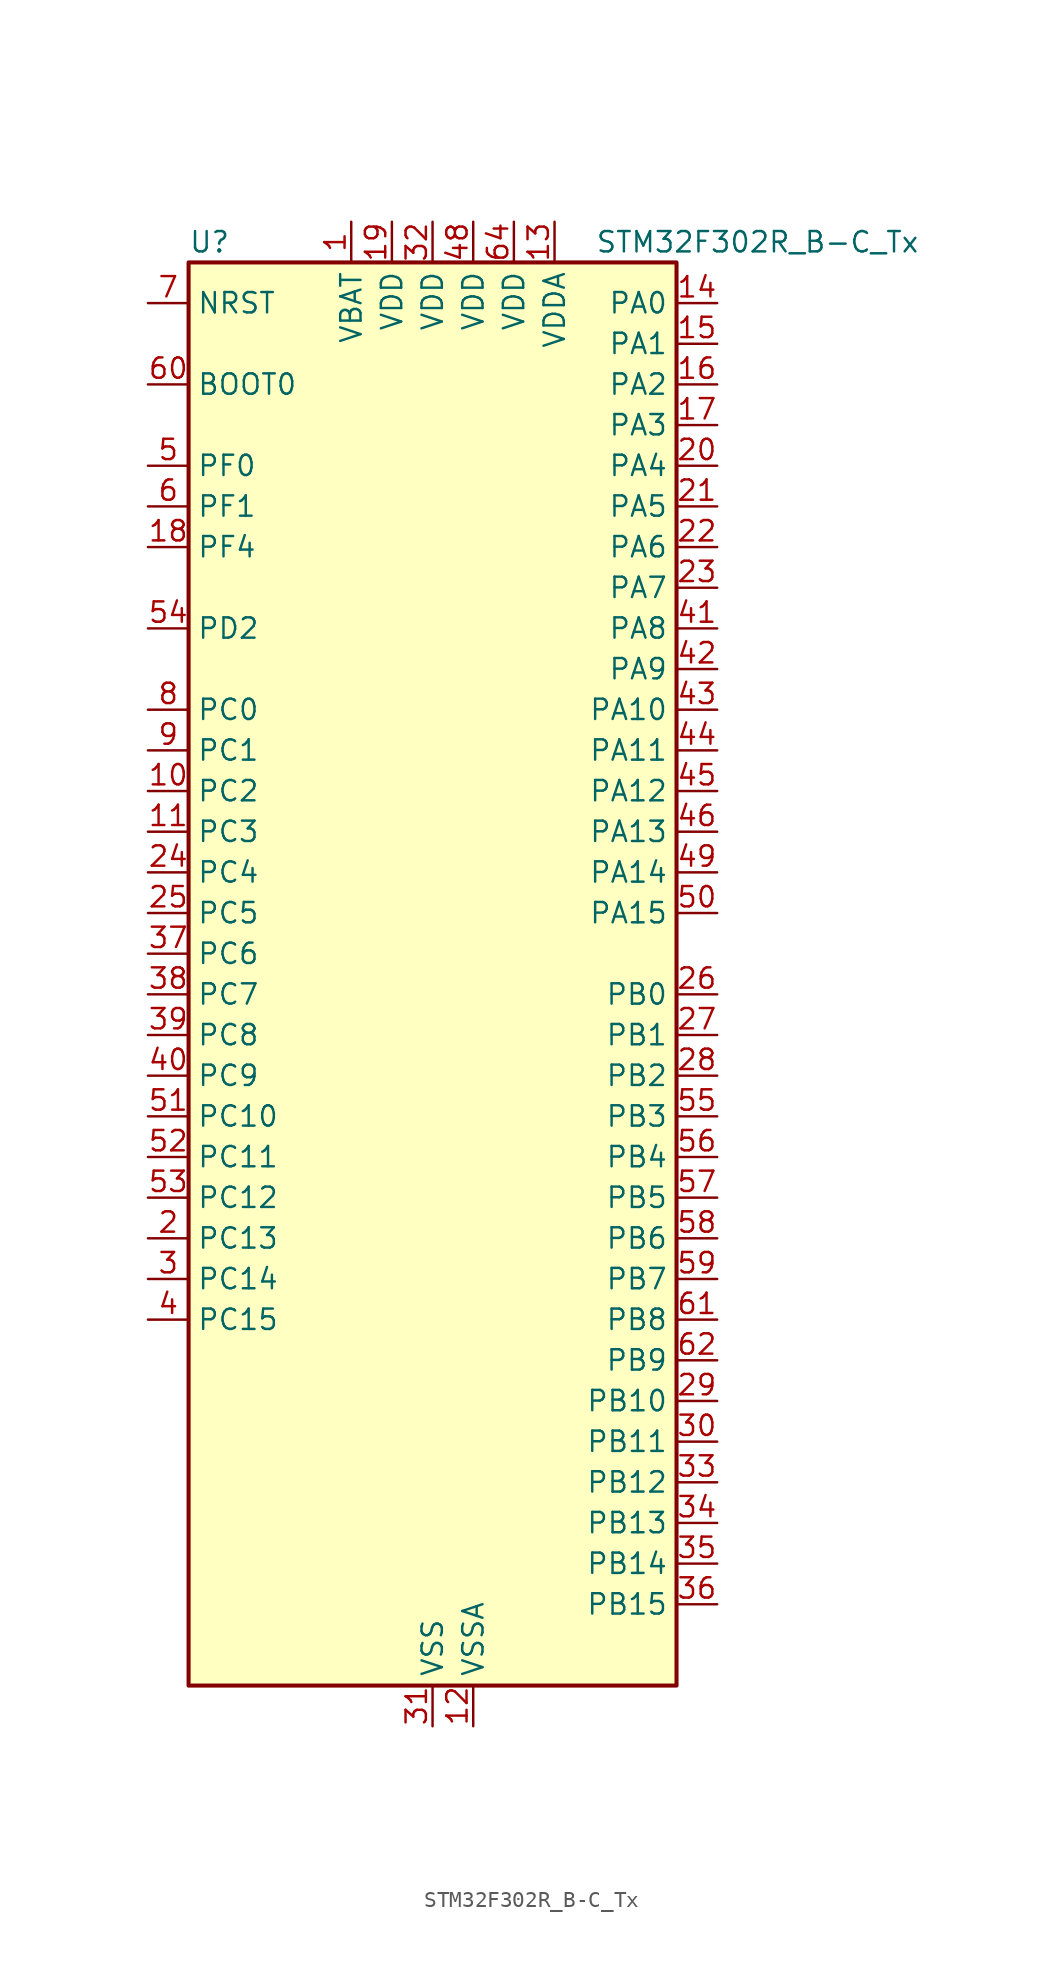
<source format=kicad_sym>
(kicad_symbol_lib
  (version 20220914)
  (generator kicad_symbol_editor)
  (symbol "STM32F302R_B-C_Tx"
    (property "Reference" "U"
      (at -15.24 46.99 0)
      (effects (font (size 1.27 1.27)) (justify left)))
    (property "Value" "STM32F302R_B-C_Tx"
      (at 10.16 46.99 0)
      (effects (font (size 1.27 1.27)) (justify left)))
    (property "ki_locked" ""
      (at 0 0 0)
      (effects (font (size 1.27 1.27))))
    (symbol "STM32F302R_B-C_Tx_0_1"
      (rectangle (start -15.24 -43.18) (end 15.24 45.72) (stroke (width 0.254) (type default)) (fill (type background))))
    (symbol "STM32F302R_B-C_Tx_1_1"
      (pin power_in line (at -5.08 48.26 270) (length 2.54) (name "VBAT" (effects (font (size 1.27 1.27)))) (number "1" (effects (font (size 1.27 1.27)))))
      (pin bidirectional line (at -17.78 12.7 0) (length 2.54) (name "PC2" (effects (font (size 1.27 1.27)))) (number "10" (effects (font (size 1.27 1.27)))) (alternate "ADC1_IN8" bidirectional line) (alternate "ADC2_IN8" bidirectional line))
      (pin bidirectional line (at -17.78 10.16 0) (length 2.54) (name "PC3" (effects (font (size 1.27 1.27)))) (number "11" (effects (font (size 1.27 1.27)))) (alternate "ADC1_IN9" bidirectional line) (alternate "ADC2_IN9" bidirectional line) (alternate "TIM1_BKIN2" bidirectional line))
      (pin power_in line (at 2.54 -45.72 90) (length 2.54) (name "VSSA" (effects (font (size 1.27 1.27)))) (number "12" (effects (font (size 1.27 1.27)))))
      (pin power_in line (at 7.62 48.26 270) (length 2.54) (name "VDDA" (effects (font (size 1.27 1.27)))) (number "13" (effects (font (size 1.27 1.27)))))
      (pin bidirectional line (at 17.78 43.18 180) (length 2.54) (name "PA0" (effects (font (size 1.27 1.27)))) (number "14" (effects (font (size 1.27 1.27)))) (alternate "ADC1_IN1" bidirectional line) (alternate "COMP1_INM" bidirectional line) (alternate "COMP1_OUT" bidirectional line) (alternate "RTC_TAMP2" bidirectional line) (alternate "SYS_WKUP1" bidirectional line) (alternate "TIM2_CH1" bidirectional line) (alternate "TIM2_ETR" bidirectional line) (alternate "TSC_G1_IO1" bidirectional line) (alternate "USART2_CTS" bidirectional line))
      (pin bidirectional line (at 17.78 40.64 180) (length 2.54) (name "PA1" (effects (font (size 1.27 1.27)))) (number "15" (effects (font (size 1.27 1.27)))) (alternate "ADC1_IN2" bidirectional line) (alternate "COMP1_INP" bidirectional line) (alternate "OPAMP1_VINP" bidirectional line) (alternate "OPAMP1_VINP_SEC" bidirectional line) (alternate "RTC_REFIN" bidirectional line) (alternate "TIM15_CH1N" bidirectional line) (alternate "TIM2_CH2" bidirectional line) (alternate "TSC_G1_IO2" bidirectional line) (alternate "USART2_DE" bidirectional line) (alternate "USART2_RTS" bidirectional line))
      (pin bidirectional line (at 17.78 38.1 180) (length 2.54) (name "PA2" (effects (font (size 1.27 1.27)))) (number "16" (effects (font (size 1.27 1.27)))) (alternate "ADC1_IN3" bidirectional line) (alternate "COMP2_INM" bidirectional line) (alternate "COMP2_OUT" bidirectional line) (alternate "OPAMP1_VOUT" bidirectional line) (alternate "TIM15_CH1" bidirectional line) (alternate "TIM2_CH3" bidirectional line) (alternate "TSC_G1_IO3" bidirectional line) (alternate "USART2_TX" bidirectional line))
      (pin bidirectional line (at 17.78 35.56 180) (length 2.54) (name "PA3" (effects (font (size 1.27 1.27)))) (number "17" (effects (font (size 1.27 1.27)))) (alternate "ADC1_IN4" bidirectional line) (alternate "COMP2_INP" bidirectional line) (alternate "OPAMP1_VINM" bidirectional line) (alternate "OPAMP1_VINM_SEC" bidirectional line) (alternate "OPAMP1_VINP" bidirectional line) (alternate "OPAMP1_VINP_SEC" bidirectional line) (alternate "TIM15_CH2" bidirectional line) (alternate "TIM2_CH4" bidirectional line) (alternate "TSC_G1_IO4" bidirectional line) (alternate "USART2_RX" bidirectional line))
      (pin bidirectional line (at -17.78 27.94 0) (length 2.54) (name "PF4" (effects (font (size 1.27 1.27)))) (number "18" (effects (font (size 1.27 1.27)))) (alternate "ADC1_IN5" bidirectional line) (alternate "COMP1_OUT" bidirectional line))
      (pin power_in line (at -2.54 48.26 270) (length 2.54) (name "VDD" (effects (font (size 1.27 1.27)))) (number "19" (effects (font (size 1.27 1.27)))))
      (pin bidirectional line (at -17.78 -15.24 0) (length 2.54) (name "PC13" (effects (font (size 1.27 1.27)))) (number "2" (effects (font (size 1.27 1.27)))) (alternate "RTC_OUT_ALARM" bidirectional line) (alternate "RTC_OUT_CALIB" bidirectional line) (alternate "RTC_TAMP1" bidirectional line) (alternate "RTC_TS" bidirectional line) (alternate "SYS_WKUP2" bidirectional line) (alternate "TIM1_CH1N" bidirectional line))
      (pin bidirectional line (at 17.78 33.02 180) (length 2.54) (name "PA4" (effects (font (size 1.27 1.27)))) (number "20" (effects (font (size 1.27 1.27)))) (alternate "ADC2_IN1" bidirectional line) (alternate "COMP1_INM" bidirectional line) (alternate "COMP2_INM" bidirectional line) (alternate "COMP4_INM" bidirectional line) (alternate "COMP6_INM" bidirectional line) (alternate "DAC_OUT1" bidirectional line) (alternate "I2S3_WS" bidirectional line) (alternate "SPI1_NSS" bidirectional line) (alternate "SPI3_NSS" bidirectional line) (alternate "TIM3_CH2" bidirectional line) (alternate "TSC_G2_IO1" bidirectional line) (alternate "USART2_CK" bidirectional line))
      (pin bidirectional line (at 17.78 30.48 180) (length 2.54) (name "PA5" (effects (font (size 1.27 1.27)))) (number "21" (effects (font (size 1.27 1.27)))) (alternate "ADC2_IN2" bidirectional line) (alternate "COMP1_INM" bidirectional line) (alternate "COMP2_INM" bidirectional line) (alternate "COMP4_INM" bidirectional line) (alternate "COMP6_INM" bidirectional line) (alternate "OPAMP1_VINP" bidirectional line) (alternate "OPAMP1_VINP_SEC" bidirectional line) (alternate "OPAMP2_VINM" bidirectional line) (alternate "OPAMP2_VINM_SEC" bidirectional line) (alternate "SPI1_SCK" bidirectional line) (alternate "TIM2_CH1" bidirectional line) (alternate "TIM2_ETR" bidirectional line) (alternate "TSC_G2_IO2" bidirectional line))
      (pin bidirectional line (at 17.78 27.94 180) (length 2.54) (name "PA6" (effects (font (size 1.27 1.27)))) (number "22" (effects (font (size 1.27 1.27)))) (alternate "ADC2_IN3" bidirectional line) (alternate "COMP1_OUT" bidirectional line) (alternate "OPAMP2_VOUT" bidirectional line) (alternate "SPI1_MISO" bidirectional line) (alternate "TIM16_CH1" bidirectional line) (alternate "TIM1_BKIN" bidirectional line) (alternate "TIM3_CH1" bidirectional line) (alternate "TSC_G2_IO3" bidirectional line))
      (pin bidirectional line (at 17.78 25.4 180) (length 2.54) (name "PA7" (effects (font (size 1.27 1.27)))) (number "23" (effects (font (size 1.27 1.27)))) (alternate "ADC2_IN4" bidirectional line) (alternate "COMP2_INP" bidirectional line) (alternate "COMP2_OUT" bidirectional line) (alternate "OPAMP1_VINP" bidirectional line) (alternate "OPAMP1_VINP_SEC" bidirectional line) (alternate "OPAMP2_VINP" bidirectional line) (alternate "OPAMP2_VINP_SEC" bidirectional line) (alternate "SPI1_MOSI" bidirectional line) (alternate "TIM17_CH1" bidirectional line) (alternate "TIM1_CH1N" bidirectional line) (alternate "TIM3_CH2" bidirectional line) (alternate "TSC_G2_IO4" bidirectional line))
      (pin bidirectional line (at -17.78 7.62 0) (length 2.54) (name "PC4" (effects (font (size 1.27 1.27)))) (number "24" (effects (font (size 1.27 1.27)))) (alternate "ADC2_IN5" bidirectional line) (alternate "USART1_TX" bidirectional line))
      (pin bidirectional line (at -17.78 5.08 0) (length 2.54) (name "PC5" (effects (font (size 1.27 1.27)))) (number "25" (effects (font (size 1.27 1.27)))) (alternate "ADC2_IN11" bidirectional line) (alternate "OPAMP1_VINM" bidirectional line) (alternate "OPAMP1_VINM_SEC" bidirectional line) (alternate "OPAMP2_VINM" bidirectional line) (alternate "OPAMP2_VINM_SEC" bidirectional line) (alternate "TSC_G3_IO1" bidirectional line) (alternate "USART1_RX" bidirectional line))
      (pin bidirectional line (at 17.78 0 180) (length 2.54) (name "PB0" (effects (font (size 1.27 1.27)))) (number "26" (effects (font (size 1.27 1.27)))) (alternate "COMP4_INP" bidirectional line) (alternate "OPAMP2_VINP" bidirectional line) (alternate "OPAMP2_VINP_SEC" bidirectional line) (alternate "TIM1_CH2N" bidirectional line) (alternate "TIM3_CH3" bidirectional line) (alternate "TSC_G3_IO2" bidirectional line))
      (pin bidirectional line (at 17.78 -2.54 180) (length 2.54) (name "PB1" (effects (font (size 1.27 1.27)))) (number "27" (effects (font (size 1.27 1.27)))) (alternate "COMP4_OUT" bidirectional line) (alternate "TIM1_CH3N" bidirectional line) (alternate "TIM3_CH4" bidirectional line) (alternate "TSC_G3_IO3" bidirectional line))
      (pin bidirectional line (at 17.78 -5.08 180) (length 2.54) (name "PB2" (effects (font (size 1.27 1.27)))) (number "28" (effects (font (size 1.27 1.27)))) (alternate "ADC2_IN12" bidirectional line) (alternate "COMP4_INM" bidirectional line) (alternate "TSC_G3_IO4" bidirectional line))
      (pin bidirectional line (at 17.78 -25.4 180) (length 2.54) (name "PB10" (effects (font (size 1.27 1.27)))) (number "29" (effects (font (size 1.27 1.27)))) (alternate "TIM2_CH3" bidirectional line) (alternate "TSC_SYNC" bidirectional line) (alternate "USART3_TX" bidirectional line))
      (pin bidirectional line (at -17.78 -17.78 0) (length 2.54) (name "PC14" (effects (font (size 1.27 1.27)))) (number "3" (effects (font (size 1.27 1.27)))) (alternate "RCC_OSC32_IN" bidirectional line))
      (pin bidirectional line (at 17.78 -27.94 180) (length 2.54) (name "PB11" (effects (font (size 1.27 1.27)))) (number "30" (effects (font (size 1.27 1.27)))) (alternate "ADC1_EXTI11" bidirectional line) (alternate "ADC2_EXTI11" bidirectional line) (alternate "COMP6_INP" bidirectional line) (alternate "TIM2_CH4" bidirectional line) (alternate "TSC_G6_IO1" bidirectional line) (alternate "USART3_RX" bidirectional line))
      (pin power_in line (at 0 -45.72 90) (length 2.54) (name "VSS" (effects (font (size 1.27 1.27)))) (number "31" (effects (font (size 1.27 1.27)))))
      (pin power_in line (at 0 48.26 270) (length 2.54) (name "VDD" (effects (font (size 1.27 1.27)))) (number "32" (effects (font (size 1.27 1.27)))))
      (pin bidirectional line (at 17.78 -30.48 180) (length 2.54) (name "PB12" (effects (font (size 1.27 1.27)))) (number "33" (effects (font (size 1.27 1.27)))) (alternate "I2C2_SMBA" bidirectional line) (alternate "I2S2_WS" bidirectional line) (alternate "SPI2_NSS" bidirectional line) (alternate "TIM1_BKIN" bidirectional line) (alternate "TSC_G6_IO2" bidirectional line) (alternate "USART3_CK" bidirectional line))
      (pin bidirectional line (at 17.78 -33.02 180) (length 2.54) (name "PB13" (effects (font (size 1.27 1.27)))) (number "34" (effects (font (size 1.27 1.27)))) (alternate "I2S2_CK" bidirectional line) (alternate "SPI2_SCK" bidirectional line) (alternate "TIM1_CH1N" bidirectional line) (alternate "TSC_G6_IO3" bidirectional line) (alternate "USART3_CTS" bidirectional line))
      (pin bidirectional line (at 17.78 -35.56 180) (length 2.54) (name "PB14" (effects (font (size 1.27 1.27)))) (number "35" (effects (font (size 1.27 1.27)))) (alternate "I2S2_ext_SD" bidirectional line) (alternate "OPAMP2_VINP" bidirectional line) (alternate "OPAMP2_VINP_SEC" bidirectional line) (alternate "SPI2_MISO" bidirectional line) (alternate "TIM15_CH1" bidirectional line) (alternate "TIM1_CH2N" bidirectional line) (alternate "TSC_G6_IO4" bidirectional line) (alternate "USART3_DE" bidirectional line) (alternate "USART3_RTS" bidirectional line))
      (pin bidirectional line (at 17.78 -38.1 180) (length 2.54) (name "PB15" (effects (font (size 1.27 1.27)))) (number "36" (effects (font (size 1.27 1.27)))) (alternate "ADC1_EXTI15" bidirectional line) (alternate "ADC2_EXTI15" bidirectional line) (alternate "COMP6_INM" bidirectional line) (alternate "I2S2_SD" bidirectional line) (alternate "RTC_REFIN" bidirectional line) (alternate "SPI2_MOSI" bidirectional line) (alternate "TIM15_CH1N" bidirectional line) (alternate "TIM15_CH2" bidirectional line) (alternate "TIM1_CH3N" bidirectional line))
      (pin bidirectional line (at -17.78 2.54 0) (length 2.54) (name "PC6" (effects (font (size 1.27 1.27)))) (number "37" (effects (font (size 1.27 1.27)))) (alternate "COMP6_OUT" bidirectional line) (alternate "I2S2_MCK" bidirectional line) (alternate "TIM3_CH1" bidirectional line))
      (pin bidirectional line (at -17.78 0 0) (length 2.54) (name "PC7" (effects (font (size 1.27 1.27)))) (number "38" (effects (font (size 1.27 1.27)))) (alternate "I2S3_MCK" bidirectional line) (alternate "TIM3_CH2" bidirectional line))
      (pin bidirectional line (at -17.78 -2.54 0) (length 2.54) (name "PC8" (effects (font (size 1.27 1.27)))) (number "39" (effects (font (size 1.27 1.27)))) (alternate "TIM3_CH3" bidirectional line))
      (pin bidirectional line (at -17.78 -20.32 0) (length 2.54) (name "PC15" (effects (font (size 1.27 1.27)))) (number "4" (effects (font (size 1.27 1.27)))) (alternate "ADC1_EXTI15" bidirectional line) (alternate "ADC2_EXTI15" bidirectional line) (alternate "RCC_OSC32_OUT" bidirectional line))
      (pin bidirectional line (at -17.78 -5.08 0) (length 2.54) (name "PC9" (effects (font (size 1.27 1.27)))) (number "40" (effects (font (size 1.27 1.27)))) (alternate "DAC_EXTI9" bidirectional line) (alternate "I2S_CKIN" bidirectional line) (alternate "TIM3_CH4" bidirectional line))
      (pin bidirectional line (at 17.78 22.86 180) (length 2.54) (name "PA8" (effects (font (size 1.27 1.27)))) (number "41" (effects (font (size 1.27 1.27)))) (alternate "I2C2_SMBA" bidirectional line) (alternate "I2S2_MCK" bidirectional line) (alternate "RCC_MCO" bidirectional line) (alternate "TIM1_CH1" bidirectional line) (alternate "TIM4_ETR" bidirectional line) (alternate "USART1_CK" bidirectional line))
      (pin bidirectional line (at 17.78 20.32 180) (length 2.54) (name "PA9" (effects (font (size 1.27 1.27)))) (number "42" (effects (font (size 1.27 1.27)))) (alternate "DAC_EXTI9" bidirectional line) (alternate "I2C2_SCL" bidirectional line) (alternate "I2S3_MCK" bidirectional line) (alternate "TIM15_BKIN" bidirectional line) (alternate "TIM1_CH2" bidirectional line) (alternate "TIM2_CH3" bidirectional line) (alternate "TSC_G4_IO1" bidirectional line) (alternate "USART1_TX" bidirectional line))
      (pin bidirectional line (at 17.78 17.78 180) (length 2.54) (name "PA10" (effects (font (size 1.27 1.27)))) (number "43" (effects (font (size 1.27 1.27)))) (alternate "COMP6_OUT" bidirectional line) (alternate "I2C2_SDA" bidirectional line) (alternate "TIM17_BKIN" bidirectional line) (alternate "TIM1_CH3" bidirectional line) (alternate "TIM2_CH4" bidirectional line) (alternate "TSC_G4_IO2" bidirectional line) (alternate "USART1_RX" bidirectional line))
      (pin bidirectional line (at 17.78 15.24 180) (length 2.54) (name "PA11" (effects (font (size 1.27 1.27)))) (number "44" (effects (font (size 1.27 1.27)))) (alternate "ADC1_EXTI11" bidirectional line) (alternate "ADC2_EXTI11" bidirectional line) (alternate "CAN_RX" bidirectional line) (alternate "COMP1_OUT" bidirectional line) (alternate "TIM1_BKIN2" bidirectional line) (alternate "TIM1_CH1N" bidirectional line) (alternate "TIM1_CH4" bidirectional line) (alternate "TIM4_CH1" bidirectional line) (alternate "USART1_CTS" bidirectional line) (alternate "USB_DM" bidirectional line))
      (pin bidirectional line (at 17.78 12.7 180) (length 2.54) (name "PA12" (effects (font (size 1.27 1.27)))) (number "45" (effects (font (size 1.27 1.27)))) (alternate "CAN_TX" bidirectional line) (alternate "COMP2_OUT" bidirectional line) (alternate "TIM16_CH1" bidirectional line) (alternate "TIM1_CH2N" bidirectional line) (alternate "TIM1_ETR" bidirectional line) (alternate "TIM4_CH2" bidirectional line) (alternate "USART1_DE" bidirectional line) (alternate "USART1_RTS" bidirectional line) (alternate "USB_DP" bidirectional line))
      (pin bidirectional line (at 17.78 10.16 180) (length 2.54) (name "PA13" (effects (font (size 1.27 1.27)))) (number "46" (effects (font (size 1.27 1.27)))) (alternate "IR_OUT" bidirectional line) (alternate "SYS_JTMS-SWDIO" bidirectional line) (alternate "TIM16_CH1N" bidirectional line) (alternate "TIM4_CH3" bidirectional line) (alternate "TSC_G4_IO3" bidirectional line) (alternate "USART3_CTS" bidirectional line))
      (pin passive line (at 0 -45.72 90) (length 2.54) hide (name "VSS" (effects (font (size 1.27 1.27)))) (number "47" (effects (font (size 1.27 1.27)))))
      (pin power_in line (at 2.54 48.26 270) (length 2.54) (name "VDD" (effects (font (size 1.27 1.27)))) (number "48" (effects (font (size 1.27 1.27)))))
      (pin bidirectional line (at 17.78 7.62 180) (length 2.54) (name "PA14" (effects (font (size 1.27 1.27)))) (number "49" (effects (font (size 1.27 1.27)))) (alternate "I2C1_SDA" bidirectional line) (alternate "SYS_JTCK-SWCLK" bidirectional line) (alternate "TIM1_BKIN" bidirectional line) (alternate "TSC_G4_IO4" bidirectional line) (alternate "USART2_TX" bidirectional line))
      (pin bidirectional line (at -17.78 33.02 0) (length 2.54) (name "PF0" (effects (font (size 1.27 1.27)))) (number "5" (effects (font (size 1.27 1.27)))) (alternate "I2C2_SDA" bidirectional line) (alternate "RCC_OSC_IN" bidirectional line) (alternate "TIM1_CH3N" bidirectional line))
      (pin bidirectional line (at 17.78 5.08 180) (length 2.54) (name "PA15" (effects (font (size 1.27 1.27)))) (number "50" (effects (font (size 1.27 1.27)))) (alternate "ADC1_EXTI15" bidirectional line) (alternate "ADC2_EXTI15" bidirectional line) (alternate "I2C1_SCL" bidirectional line) (alternate "I2S3_WS" bidirectional line) (alternate "SPI1_NSS" bidirectional line) (alternate "SPI3_NSS" bidirectional line) (alternate "SYS_JTDI" bidirectional line) (alternate "TIM1_BKIN" bidirectional line) (alternate "TIM2_CH1" bidirectional line) (alternate "TIM2_ETR" bidirectional line) (alternate "USART2_RX" bidirectional line))
      (pin bidirectional line (at -17.78 -7.62 0) (length 2.54) (name "PC10" (effects (font (size 1.27 1.27)))) (number "51" (effects (font (size 1.27 1.27)))) (alternate "I2S3_CK" bidirectional line) (alternate "SPI3_SCK" bidirectional line) (alternate "UART4_TX" bidirectional line) (alternate "USART3_TX" bidirectional line))
      (pin bidirectional line (at -17.78 -10.16 0) (length 2.54) (name "PC11" (effects (font (size 1.27 1.27)))) (number "52" (effects (font (size 1.27 1.27)))) (alternate "ADC1_EXTI11" bidirectional line) (alternate "ADC2_EXTI11" bidirectional line) (alternate "I2S3_ext_SD" bidirectional line) (alternate "SPI3_MISO" bidirectional line) (alternate "UART4_RX" bidirectional line) (alternate "USART3_RX" bidirectional line))
      (pin bidirectional line (at -17.78 -12.7 0) (length 2.54) (name "PC12" (effects (font (size 1.27 1.27)))) (number "53" (effects (font (size 1.27 1.27)))) (alternate "I2S3_SD" bidirectional line) (alternate "SPI3_MOSI" bidirectional line) (alternate "UART5_TX" bidirectional line) (alternate "USART3_CK" bidirectional line))
      (pin bidirectional line (at -17.78 22.86 0) (length 2.54) (name "PD2" (effects (font (size 1.27 1.27)))) (number "54" (effects (font (size 1.27 1.27)))) (alternate "TIM3_ETR" bidirectional line) (alternate "UART5_RX" bidirectional line))
      (pin bidirectional line (at 17.78 -7.62 180) (length 2.54) (name "PB3" (effects (font (size 1.27 1.27)))) (number "55" (effects (font (size 1.27 1.27)))) (alternate "I2S3_CK" bidirectional line) (alternate "SPI1_SCK" bidirectional line) (alternate "SPI3_SCK" bidirectional line) (alternate "SYS_JTDO-TRACESWO" bidirectional line) (alternate "TIM2_CH2" bidirectional line) (alternate "TIM3_ETR" bidirectional line) (alternate "TIM4_ETR" bidirectional line) (alternate "TSC_G5_IO1" bidirectional line) (alternate "USART2_TX" bidirectional line))
      (pin bidirectional line (at 17.78 -10.16 180) (length 2.54) (name "PB4" (effects (font (size 1.27 1.27)))) (number "56" (effects (font (size 1.27 1.27)))) (alternate "I2S3_ext_SD" bidirectional line) (alternate "SPI1_MISO" bidirectional line) (alternate "SPI3_MISO" bidirectional line) (alternate "SYS_NJTRST" bidirectional line) (alternate "TIM16_CH1" bidirectional line) (alternate "TIM17_BKIN" bidirectional line) (alternate "TIM3_CH1" bidirectional line) (alternate "TSC_G5_IO2" bidirectional line) (alternate "USART2_RX" bidirectional line))
      (pin bidirectional line (at 17.78 -12.7 180) (length 2.54) (name "PB5" (effects (font (size 1.27 1.27)))) (number "57" (effects (font (size 1.27 1.27)))) (alternate "I2C1_SMBA" bidirectional line) (alternate "I2S3_SD" bidirectional line) (alternate "SPI1_MOSI" bidirectional line) (alternate "SPI3_MOSI" bidirectional line) (alternate "TIM16_BKIN" bidirectional line) (alternate "TIM17_CH1" bidirectional line) (alternate "TIM3_CH2" bidirectional line) (alternate "USART2_CK" bidirectional line))
      (pin bidirectional line (at 17.78 -15.24 180) (length 2.54) (name "PB6" (effects (font (size 1.27 1.27)))) (number "58" (effects (font (size 1.27 1.27)))) (alternate "I2C1_SCL" bidirectional line) (alternate "TIM16_CH1N" bidirectional line) (alternate "TIM4_CH1" bidirectional line) (alternate "TSC_G5_IO3" bidirectional line) (alternate "USART1_TX" bidirectional line))
      (pin bidirectional line (at 17.78 -17.78 180) (length 2.54) (name "PB7" (effects (font (size 1.27 1.27)))) (number "59" (effects (font (size 1.27 1.27)))) (alternate "I2C1_SDA" bidirectional line) (alternate "TIM17_CH1N" bidirectional line) (alternate "TIM3_CH4" bidirectional line) (alternate "TIM4_CH2" bidirectional line) (alternate "TSC_G5_IO4" bidirectional line) (alternate "USART1_RX" bidirectional line))
      (pin bidirectional line (at -17.78 30.48 0) (length 2.54) (name "PF1" (effects (font (size 1.27 1.27)))) (number "6" (effects (font (size 1.27 1.27)))) (alternate "I2C2_SCL" bidirectional line) (alternate "RCC_OSC_OUT" bidirectional line))
      (pin input line (at -17.78 38.1 0) (length 2.54) (name "BOOT0" (effects (font (size 1.27 1.27)))) (number "60" (effects (font (size 1.27 1.27)))))
      (pin bidirectional line (at 17.78 -20.32 180) (length 2.54) (name "PB8" (effects (font (size 1.27 1.27)))) (number "61" (effects (font (size 1.27 1.27)))) (alternate "CAN_RX" bidirectional line) (alternate "COMP1_OUT" bidirectional line) (alternate "I2C1_SCL" bidirectional line) (alternate "TIM16_CH1" bidirectional line) (alternate "TIM1_BKIN" bidirectional line) (alternate "TIM4_CH3" bidirectional line) (alternate "TSC_SYNC" bidirectional line))
      (pin bidirectional line (at 17.78 -22.86 180) (length 2.54) (name "PB9" (effects (font (size 1.27 1.27)))) (number "62" (effects (font (size 1.27 1.27)))) (alternate "CAN_TX" bidirectional line) (alternate "COMP2_OUT" bidirectional line) (alternate "DAC_EXTI9" bidirectional line) (alternate "I2C1_SDA" bidirectional line) (alternate "IR_OUT" bidirectional line) (alternate "TIM17_CH1" bidirectional line) (alternate "TIM4_CH4" bidirectional line))
      (pin passive line (at 0 -45.72 90) (length 2.54) hide (name "VSS" (effects (font (size 1.27 1.27)))) (number "63" (effects (font (size 1.27 1.27)))))
      (pin power_in line (at 5.08 48.26 270) (length 2.54) (name "VDD" (effects (font (size 1.27 1.27)))) (number "64" (effects (font (size 1.27 1.27)))))
      (pin input line (at -17.78 43.18 0) (length 2.54) (name "NRST" (effects (font (size 1.27 1.27)))) (number "7" (effects (font (size 1.27 1.27)))))
      (pin bidirectional line (at -17.78 17.78 0) (length 2.54) (name "PC0" (effects (font (size 1.27 1.27)))) (number "8" (effects (font (size 1.27 1.27)))) (alternate "ADC1_IN6" bidirectional line) (alternate "ADC2_IN6" bidirectional line))
      (pin bidirectional line (at -17.78 15.24 0) (length 2.54) (name "PC1" (effects (font (size 1.27 1.27)))) (number "9" (effects (font (size 1.27 1.27)))) (alternate "ADC1_IN7" bidirectional line) (alternate "ADC2_IN7" bidirectional line)))))
</source>
